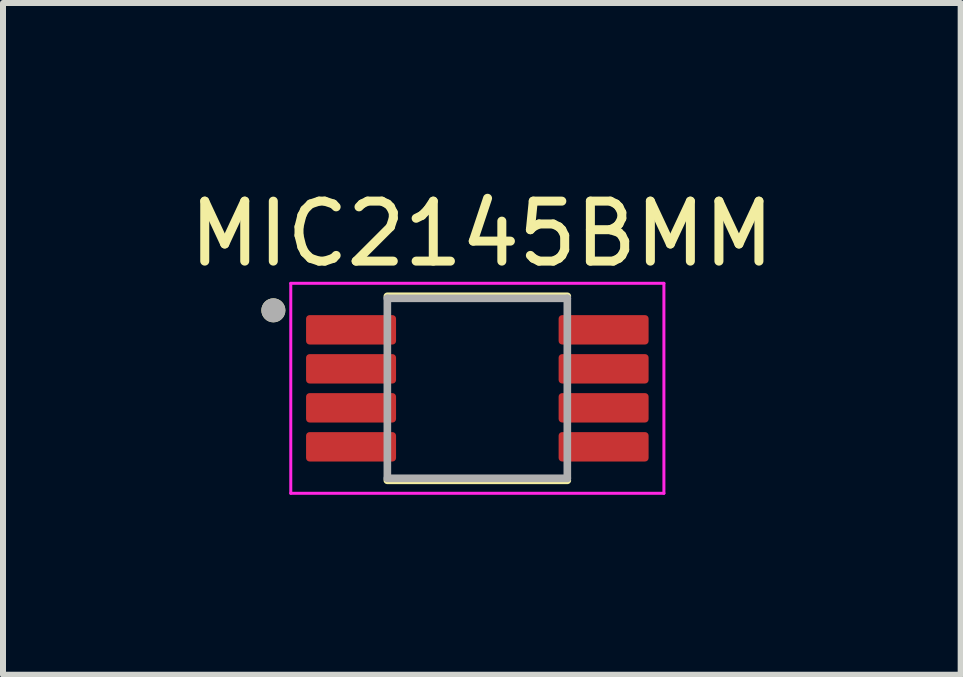
<source format=kicad_pcb>
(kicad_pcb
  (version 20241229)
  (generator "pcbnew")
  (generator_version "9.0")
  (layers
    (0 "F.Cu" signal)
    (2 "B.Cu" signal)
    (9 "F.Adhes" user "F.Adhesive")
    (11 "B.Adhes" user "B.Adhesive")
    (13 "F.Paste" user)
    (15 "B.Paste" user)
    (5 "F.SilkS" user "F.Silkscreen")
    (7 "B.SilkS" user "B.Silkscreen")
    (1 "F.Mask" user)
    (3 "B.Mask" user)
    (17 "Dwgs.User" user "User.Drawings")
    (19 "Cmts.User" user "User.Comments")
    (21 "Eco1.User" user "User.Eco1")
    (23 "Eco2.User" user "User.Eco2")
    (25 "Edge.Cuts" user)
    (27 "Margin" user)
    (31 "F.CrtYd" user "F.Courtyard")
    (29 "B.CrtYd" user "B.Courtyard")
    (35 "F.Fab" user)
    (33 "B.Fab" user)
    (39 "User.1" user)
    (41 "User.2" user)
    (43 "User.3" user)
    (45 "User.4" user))
  (footprint "MIC2145BMM"
    (layer "F.Cu")
    (at 4.907 3.423)
    (property "Reference" "MIC2145BMM" (at 0.075 -2.575 0) (layer "F.SilkS") (effects (font (size 1 1) (thickness 0.15))))
    (attr through_hole)
    (fp_line (start -1.5 -1.534) (end 1.5 -1.534) (stroke (width 0.127) (type solid)) (layer "F.SilkS"))
    (fp_line (start 1.5 1.534) (end -1.5 1.534) (stroke (width 0.127) (type solid)) (layer "F.SilkS"))
    (fp_circle (center -3.4 -1.3) (end -3.3 -1.3) (stroke (width 0.2) (type solid)) (fill no) (layer "F.SilkS"))
    (fp_line (start -3.11 -1.75) (end 3.11 -1.75) (stroke (width 0.05) (type solid)) (layer "F.CrtYd"))
    (fp_line (start -3.11 1.75) (end -3.11 -1.75) (stroke (width 0.05) (type solid)) (layer "F.CrtYd"))
    (fp_line (start 3.11 -1.75) (end 3.11 1.75) (stroke (width 0.05) (type solid)) (layer "F.CrtYd"))
    (fp_line (start 3.11 1.75) (end -3.11 1.75) (stroke (width 0.05) (type solid)) (layer "F.CrtYd"))
    (fp_line (start -1.5 -1.5) (end 1.5 -1.5) (stroke (width 0.127) (type solid)) (layer "F.Fab"))
    (fp_line (start -1.5 1.5) (end -1.5 -1.5) (stroke (width 0.127) (type solid)) (layer "F.Fab"))
    (fp_line (start 1.5 -1.5) (end 1.5 1.5) (stroke (width 0.127) (type solid)) (layer "F.Fab"))
    (fp_line (start 1.5 1.5) (end -1.5 1.5) (stroke (width 0.127) (type solid)) (layer "F.Fab"))
    (fp_circle (center -3.4 -1.3) (end -3.3 -1.3) (stroke (width 0.2) (type solid)) (fill no) (layer "F.Fab"))
    (pad "1" smd roundrect (at -2.105 -0.975) (size 1.5 0.49) (layers "F.Cu" "F.Mask" "F.Paste") (roundrect_rratio 0.12))
    (pad "2" smd roundrect (at -2.105 -0.325) (size 1.5 0.49) (layers "F.Cu" "F.Mask" "F.Paste") (roundrect_rratio 0.12))
    (pad "3" smd roundrect (at -2.105 0.325) (size 1.5 0.49) (layers "F.Cu" "F.Mask" "F.Paste") (roundrect_rratio 0.12))
    (pad "4" smd roundrect (at -2.105 0.975) (size 1.5 0.49) (layers "F.Cu" "F.Mask" "F.Paste") (roundrect_rratio 0.12))
    (pad "5" smd roundrect (at 2.105 0.975 180) (size 1.5 0.49) (layers "F.Cu" "F.Mask" "F.Paste") (roundrect_rratio 0.12))
    (pad "6" smd roundrect (at 2.105 0.325 180) (size 1.5 0.49) (layers "F.Cu" "F.Mask" "F.Paste") (roundrect_rratio 0.12))
    (pad "7" smd roundrect (at 2.105 -0.325 180) (size 1.5 0.49) (layers "F.Cu" "F.Mask" "F.Paste") (roundrect_rratio 0.12))
    (pad "8" smd roundrect (at 2.105 -0.975 180) (size 1.5 0.49) (layers "F.Cu" "F.Mask" "F.Paste") (roundrect_rratio 0.12)))
  (gr_rect
    (start -3 -3)
    (end 12.964 8.198)
    (stroke (width 0.1) (type default))
    (fill no)
    (layer "Edge.Cuts")))
</source>
